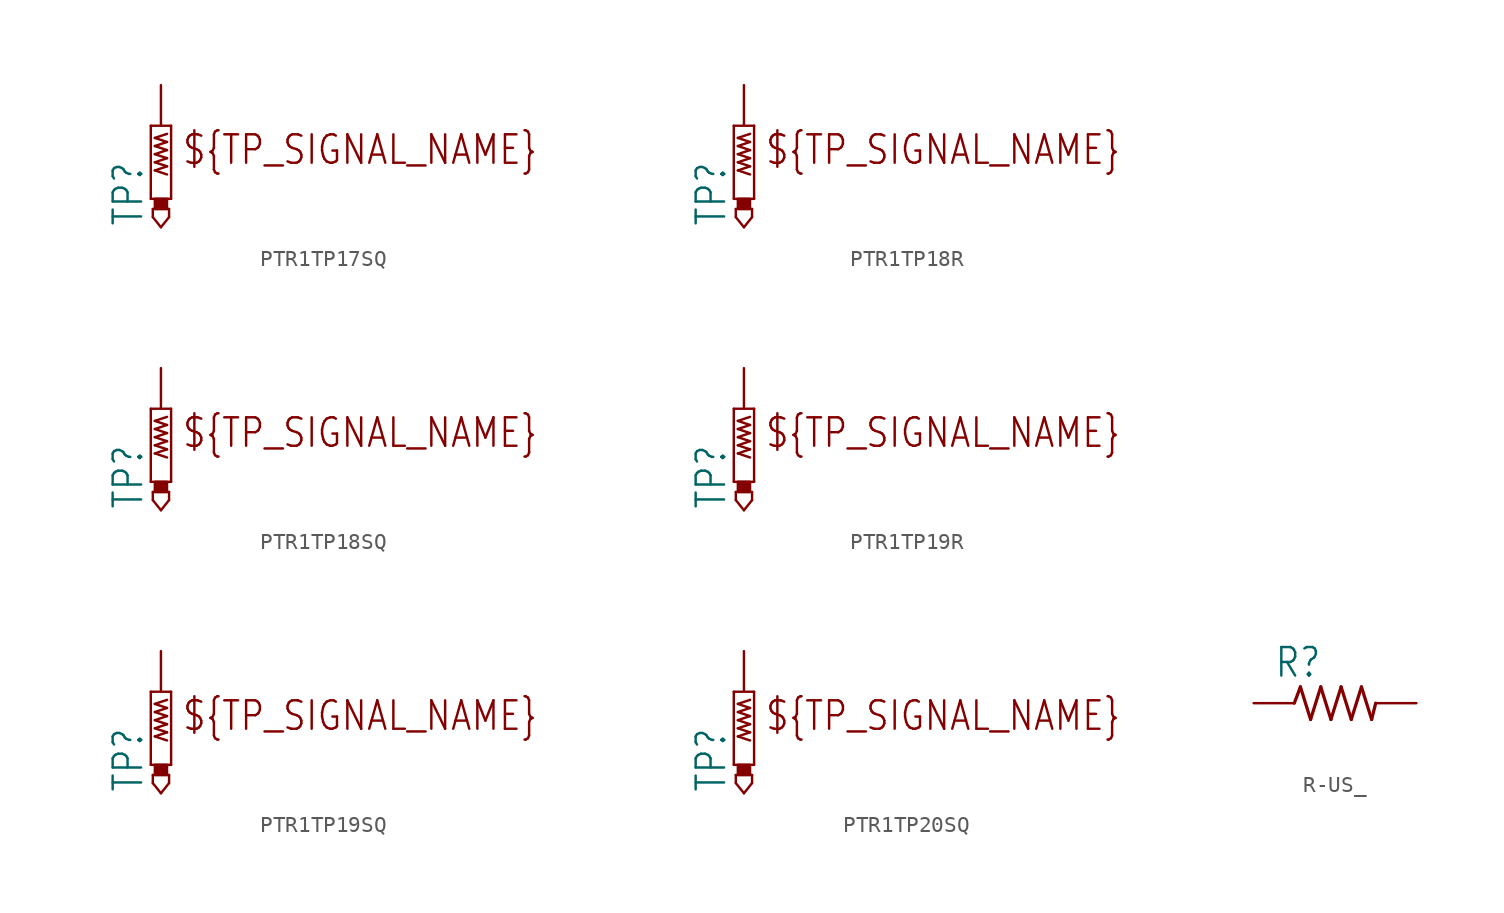
<source format=kicad_sym>
(kicad_symbol_lib
  (version 20241209)
  (generator "kicad_symbol_editor")
  (generator_version "9.0")
  (symbol "PTR1TP17SQ"
    (property "Reference" "TP"
      (at -1.016 -6.35 90)
      (effects (font (size 1.778 1.511)) (justify left bottom)))
    (property "ki_locked" ""
      (at 0 0 0)
      (effects (font (size 1.27 1.27))))
    (symbol "PTR1TP17SQ_1_0"
      (polyline (pts (xy -0.635 0) (xy -0.635 -4.572)) (stroke (width 0.152) (type solid)) (fill (type none)))
      (polyline (pts (xy -0.508 -5.207) (xy -0.508 -5.715)) (stroke (width 0.152) (type solid)) (fill (type none)))
      (polyline (pts (xy -0.508 -5.715) (xy 0 -6.35)) (stroke (width 0.152) (type solid)) (fill (type none)))
      (polyline (pts (xy -0.381 -0.762) (xy 0.381 -0.508)) (stroke (width 0.152) (type solid)) (fill (type none)))
      (polyline (pts (xy -0.381 -1.27) (xy 0.381 -1.016)) (stroke (width 0.152) (type solid)) (fill (type none)))
      (polyline (pts (xy -0.381 -1.778) (xy 0.381 -1.524)) (stroke (width 0.152) (type solid)) (fill (type none)))
      (polyline (pts (xy -0.381 -2.286) (xy 0.381 -2.032)) (stroke (width 0.152) (type solid)) (fill (type none)))
      (polyline (pts (xy -0.381 -2.794) (xy 0.381 -2.54)) (stroke (width 0.152) (type solid)) (fill (type none)))
      (rectangle (start -0.381 -5.207) (end 0.381 -4.572) (stroke (width 0) (type default)) (fill (type outline)))
      (polyline (pts (xy 0 -6.35) (xy 0.508 -5.715)) (stroke (width 0.152) (type solid)) (fill (type none)))
      (polyline (pts (xy 0.381 -1.016) (xy -0.381 -0.762)) (stroke (width 0.152) (type solid)) (fill (type none)))
      (polyline (pts (xy 0.381 -1.524) (xy -0.381 -1.27)) (stroke (width 0.152) (type solid)) (fill (type none)))
      (polyline (pts (xy 0.381 -2.032) (xy -0.381 -1.778)) (stroke (width 0.152) (type solid)) (fill (type none)))
      (polyline (pts (xy 0.381 -2.54) (xy -0.381 -2.286)) (stroke (width 0.152) (type solid)) (fill (type none)))
      (polyline (pts (xy 0.381 -3.048) (xy -0.381 -2.794)) (stroke (width 0.152) (type solid)) (fill (type none)))
      (polyline (pts (xy 0.508 -5.207) (xy -0.508 -5.207)) (stroke (width 0.152) (type solid)) (fill (type none)))
      (polyline (pts (xy 0.508 -5.715) (xy 0.508 -5.207)) (stroke (width 0.152) (type solid)) (fill (type none)))
      (polyline (pts (xy 0.635 0) (xy -0.635 0)) (stroke (width 0.152) (type solid)) (fill (type none)))
      (polyline (pts (xy 0.635 -4.572) (xy -0.635 -4.572)) (stroke (width 0.152) (type solid)) (fill (type none)))
      (polyline (pts (xy 0.635 -4.572) (xy 0.635 0)) (stroke (width 0.152) (type solid)) (fill (type none)))
      (text "${TP_SIGNAL_NAME}" (at 1.27 -2.54 0) (effects (font (size 1.778 1.511)) (justify left bottom)))
      (pin input line (at 0 2.54 270) (length 2.54) (name "TP" (effects (font (size 0 0)))) (number "TP" (effects (font (size 0 0)))))))
  (symbol "PTR1TP18R"
    (property "Reference" "TP"
      (at -1.016 -6.35 90)
      (effects (font (size 1.778 1.511)) (justify left bottom)))
    (property "ki_locked" ""
      (at 0 0 0)
      (effects (font (size 1.27 1.27))))
    (symbol "PTR1TP18R_1_0"
      (polyline (pts (xy -0.635 0) (xy -0.635 -4.572)) (stroke (width 0.152) (type solid)) (fill (type none)))
      (polyline (pts (xy -0.508 -5.207) (xy -0.508 -5.715)) (stroke (width 0.152) (type solid)) (fill (type none)))
      (polyline (pts (xy -0.508 -5.715) (xy 0 -6.35)) (stroke (width 0.152) (type solid)) (fill (type none)))
      (polyline (pts (xy -0.381 -0.762) (xy 0.381 -0.508)) (stroke (width 0.152) (type solid)) (fill (type none)))
      (polyline (pts (xy -0.381 -1.27) (xy 0.381 -1.016)) (stroke (width 0.152) (type solid)) (fill (type none)))
      (polyline (pts (xy -0.381 -1.778) (xy 0.381 -1.524)) (stroke (width 0.152) (type solid)) (fill (type none)))
      (polyline (pts (xy -0.381 -2.286) (xy 0.381 -2.032)) (stroke (width 0.152) (type solid)) (fill (type none)))
      (polyline (pts (xy -0.381 -2.794) (xy 0.381 -2.54)) (stroke (width 0.152) (type solid)) (fill (type none)))
      (rectangle (start -0.381 -5.207) (end 0.381 -4.572) (stroke (width 0) (type default)) (fill (type outline)))
      (polyline (pts (xy 0 -6.35) (xy 0.508 -5.715)) (stroke (width 0.152) (type solid)) (fill (type none)))
      (polyline (pts (xy 0.381 -1.016) (xy -0.381 -0.762)) (stroke (width 0.152) (type solid)) (fill (type none)))
      (polyline (pts (xy 0.381 -1.524) (xy -0.381 -1.27)) (stroke (width 0.152) (type solid)) (fill (type none)))
      (polyline (pts (xy 0.381 -2.032) (xy -0.381 -1.778)) (stroke (width 0.152) (type solid)) (fill (type none)))
      (polyline (pts (xy 0.381 -2.54) (xy -0.381 -2.286)) (stroke (width 0.152) (type solid)) (fill (type none)))
      (polyline (pts (xy 0.381 -3.048) (xy -0.381 -2.794)) (stroke (width 0.152) (type solid)) (fill (type none)))
      (polyline (pts (xy 0.508 -5.207) (xy -0.508 -5.207)) (stroke (width 0.152) (type solid)) (fill (type none)))
      (polyline (pts (xy 0.508 -5.715) (xy 0.508 -5.207)) (stroke (width 0.152) (type solid)) (fill (type none)))
      (polyline (pts (xy 0.635 0) (xy -0.635 0)) (stroke (width 0.152) (type solid)) (fill (type none)))
      (polyline (pts (xy 0.635 -4.572) (xy -0.635 -4.572)) (stroke (width 0.152) (type solid)) (fill (type none)))
      (polyline (pts (xy 0.635 -4.572) (xy 0.635 0)) (stroke (width 0.152) (type solid)) (fill (type none)))
      (text "${TP_SIGNAL_NAME}" (at 1.27 -2.54 0) (effects (font (size 1.778 1.511)) (justify left bottom)))
      (pin input line (at 0 2.54 270) (length 2.54) (name "TP" (effects (font (size 0 0)))) (number "TP" (effects (font (size 0 0)))))))
  (symbol "PTR1TP18SQ"
    (property "Reference" "TP"
      (at -1.016 -6.35 90)
      (effects (font (size 1.778 1.511)) (justify left bottom)))
    (property "ki_locked" ""
      (at 0 0 0)
      (effects (font (size 1.27 1.27))))
    (symbol "PTR1TP18SQ_1_0"
      (polyline (pts (xy -0.635 0) (xy -0.635 -4.572)) (stroke (width 0.152) (type solid)) (fill (type none)))
      (polyline (pts (xy -0.508 -5.207) (xy -0.508 -5.715)) (stroke (width 0.152) (type solid)) (fill (type none)))
      (polyline (pts (xy -0.508 -5.715) (xy 0 -6.35)) (stroke (width 0.152) (type solid)) (fill (type none)))
      (polyline (pts (xy -0.381 -0.762) (xy 0.381 -0.508)) (stroke (width 0.152) (type solid)) (fill (type none)))
      (polyline (pts (xy -0.381 -1.27) (xy 0.381 -1.016)) (stroke (width 0.152) (type solid)) (fill (type none)))
      (polyline (pts (xy -0.381 -1.778) (xy 0.381 -1.524)) (stroke (width 0.152) (type solid)) (fill (type none)))
      (polyline (pts (xy -0.381 -2.286) (xy 0.381 -2.032)) (stroke (width 0.152) (type solid)) (fill (type none)))
      (polyline (pts (xy -0.381 -2.794) (xy 0.381 -2.54)) (stroke (width 0.152) (type solid)) (fill (type none)))
      (rectangle (start -0.381 -5.207) (end 0.381 -4.572) (stroke (width 0) (type default)) (fill (type outline)))
      (polyline (pts (xy 0 -6.35) (xy 0.508 -5.715)) (stroke (width 0.152) (type solid)) (fill (type none)))
      (polyline (pts (xy 0.381 -1.016) (xy -0.381 -0.762)) (stroke (width 0.152) (type solid)) (fill (type none)))
      (polyline (pts (xy 0.381 -1.524) (xy -0.381 -1.27)) (stroke (width 0.152) (type solid)) (fill (type none)))
      (polyline (pts (xy 0.381 -2.032) (xy -0.381 -1.778)) (stroke (width 0.152) (type solid)) (fill (type none)))
      (polyline (pts (xy 0.381 -2.54) (xy -0.381 -2.286)) (stroke (width 0.152) (type solid)) (fill (type none)))
      (polyline (pts (xy 0.381 -3.048) (xy -0.381 -2.794)) (stroke (width 0.152) (type solid)) (fill (type none)))
      (polyline (pts (xy 0.508 -5.207) (xy -0.508 -5.207)) (stroke (width 0.152) (type solid)) (fill (type none)))
      (polyline (pts (xy 0.508 -5.715) (xy 0.508 -5.207)) (stroke (width 0.152) (type solid)) (fill (type none)))
      (polyline (pts (xy 0.635 0) (xy -0.635 0)) (stroke (width 0.152) (type solid)) (fill (type none)))
      (polyline (pts (xy 0.635 -4.572) (xy -0.635 -4.572)) (stroke (width 0.152) (type solid)) (fill (type none)))
      (polyline (pts (xy 0.635 -4.572) (xy 0.635 0)) (stroke (width 0.152) (type solid)) (fill (type none)))
      (text "${TP_SIGNAL_NAME}" (at 1.27 -2.54 0) (effects (font (size 1.778 1.511)) (justify left bottom)))
      (pin input line (at 0 2.54 270) (length 2.54) (name "TP" (effects (font (size 0 0)))) (number "TP" (effects (font (size 0 0)))))))
  (symbol "PTR1TP19R"
    (property "Reference" "TP"
      (at -1.016 -6.35 90)
      (effects (font (size 1.778 1.511)) (justify left bottom)))
    (property "ki_locked" ""
      (at 0 0 0)
      (effects (font (size 1.27 1.27))))
    (symbol "PTR1TP19R_1_0"
      (polyline (pts (xy -0.635 0) (xy -0.635 -4.572)) (stroke (width 0.152) (type solid)) (fill (type none)))
      (polyline (pts (xy -0.508 -5.207) (xy -0.508 -5.715)) (stroke (width 0.152) (type solid)) (fill (type none)))
      (polyline (pts (xy -0.508 -5.715) (xy 0 -6.35)) (stroke (width 0.152) (type solid)) (fill (type none)))
      (polyline (pts (xy -0.381 -0.762) (xy 0.381 -0.508)) (stroke (width 0.152) (type solid)) (fill (type none)))
      (polyline (pts (xy -0.381 -1.27) (xy 0.381 -1.016)) (stroke (width 0.152) (type solid)) (fill (type none)))
      (polyline (pts (xy -0.381 -1.778) (xy 0.381 -1.524)) (stroke (width 0.152) (type solid)) (fill (type none)))
      (polyline (pts (xy -0.381 -2.286) (xy 0.381 -2.032)) (stroke (width 0.152) (type solid)) (fill (type none)))
      (polyline (pts (xy -0.381 -2.794) (xy 0.381 -2.54)) (stroke (width 0.152) (type solid)) (fill (type none)))
      (rectangle (start -0.381 -5.207) (end 0.381 -4.572) (stroke (width 0) (type default)) (fill (type outline)))
      (polyline (pts (xy 0 -6.35) (xy 0.508 -5.715)) (stroke (width 0.152) (type solid)) (fill (type none)))
      (polyline (pts (xy 0.381 -1.016) (xy -0.381 -0.762)) (stroke (width 0.152) (type solid)) (fill (type none)))
      (polyline (pts (xy 0.381 -1.524) (xy -0.381 -1.27)) (stroke (width 0.152) (type solid)) (fill (type none)))
      (polyline (pts (xy 0.381 -2.032) (xy -0.381 -1.778)) (stroke (width 0.152) (type solid)) (fill (type none)))
      (polyline (pts (xy 0.381 -2.54) (xy -0.381 -2.286)) (stroke (width 0.152) (type solid)) (fill (type none)))
      (polyline (pts (xy 0.381 -3.048) (xy -0.381 -2.794)) (stroke (width 0.152) (type solid)) (fill (type none)))
      (polyline (pts (xy 0.508 -5.207) (xy -0.508 -5.207)) (stroke (width 0.152) (type solid)) (fill (type none)))
      (polyline (pts (xy 0.508 -5.715) (xy 0.508 -5.207)) (stroke (width 0.152) (type solid)) (fill (type none)))
      (polyline (pts (xy 0.635 0) (xy -0.635 0)) (stroke (width 0.152) (type solid)) (fill (type none)))
      (polyline (pts (xy 0.635 -4.572) (xy -0.635 -4.572)) (stroke (width 0.152) (type solid)) (fill (type none)))
      (polyline (pts (xy 0.635 -4.572) (xy 0.635 0)) (stroke (width 0.152) (type solid)) (fill (type none)))
      (text "${TP_SIGNAL_NAME}" (at 1.27 -2.54 0) (effects (font (size 1.778 1.511)) (justify left bottom)))
      (pin input line (at 0 2.54 270) (length 2.54) (name "TP" (effects (font (size 0 0)))) (number "TP" (effects (font (size 0 0)))))))
  (symbol "PTR1TP19SQ"
    (property "Reference" "TP"
      (at -1.016 -6.35 90)
      (effects (font (size 1.778 1.511)) (justify left bottom)))
    (property "ki_locked" ""
      (at 0 0 0)
      (effects (font (size 1.27 1.27))))
    (symbol "PTR1TP19SQ_1_0"
      (polyline (pts (xy -0.635 0) (xy -0.635 -4.572)) (stroke (width 0.152) (type solid)) (fill (type none)))
      (polyline (pts (xy -0.508 -5.207) (xy -0.508 -5.715)) (stroke (width 0.152) (type solid)) (fill (type none)))
      (polyline (pts (xy -0.508 -5.715) (xy 0 -6.35)) (stroke (width 0.152) (type solid)) (fill (type none)))
      (polyline (pts (xy -0.381 -0.762) (xy 0.381 -0.508)) (stroke (width 0.152) (type solid)) (fill (type none)))
      (polyline (pts (xy -0.381 -1.27) (xy 0.381 -1.016)) (stroke (width 0.152) (type solid)) (fill (type none)))
      (polyline (pts (xy -0.381 -1.778) (xy 0.381 -1.524)) (stroke (width 0.152) (type solid)) (fill (type none)))
      (polyline (pts (xy -0.381 -2.286) (xy 0.381 -2.032)) (stroke (width 0.152) (type solid)) (fill (type none)))
      (polyline (pts (xy -0.381 -2.794) (xy 0.381 -2.54)) (stroke (width 0.152) (type solid)) (fill (type none)))
      (rectangle (start -0.381 -5.207) (end 0.381 -4.572) (stroke (width 0) (type default)) (fill (type outline)))
      (polyline (pts (xy 0 -6.35) (xy 0.508 -5.715)) (stroke (width 0.152) (type solid)) (fill (type none)))
      (polyline (pts (xy 0.381 -1.016) (xy -0.381 -0.762)) (stroke (width 0.152) (type solid)) (fill (type none)))
      (polyline (pts (xy 0.381 -1.524) (xy -0.381 -1.27)) (stroke (width 0.152) (type solid)) (fill (type none)))
      (polyline (pts (xy 0.381 -2.032) (xy -0.381 -1.778)) (stroke (width 0.152) (type solid)) (fill (type none)))
      (polyline (pts (xy 0.381 -2.54) (xy -0.381 -2.286)) (stroke (width 0.152) (type solid)) (fill (type none)))
      (polyline (pts (xy 0.381 -3.048) (xy -0.381 -2.794)) (stroke (width 0.152) (type solid)) (fill (type none)))
      (polyline (pts (xy 0.508 -5.207) (xy -0.508 -5.207)) (stroke (width 0.152) (type solid)) (fill (type none)))
      (polyline (pts (xy 0.508 -5.715) (xy 0.508 -5.207)) (stroke (width 0.152) (type solid)) (fill (type none)))
      (polyline (pts (xy 0.635 0) (xy -0.635 0)) (stroke (width 0.152) (type solid)) (fill (type none)))
      (polyline (pts (xy 0.635 -4.572) (xy -0.635 -4.572)) (stroke (width 0.152) (type solid)) (fill (type none)))
      (polyline (pts (xy 0.635 -4.572) (xy 0.635 0)) (stroke (width 0.152) (type solid)) (fill (type none)))
      (text "${TP_SIGNAL_NAME}" (at 1.27 -2.54 0) (effects (font (size 1.778 1.511)) (justify left bottom)))
      (pin input line (at 0 2.54 270) (length 2.54) (name "TP" (effects (font (size 0 0)))) (number "TP" (effects (font (size 0 0)))))))
  (symbol "PTR1TP20SQ"
    (property "Reference" "TP"
      (at -1.016 -6.35 90)
      (effects (font (size 1.778 1.511)) (justify left bottom)))
    (property "ki_locked" ""
      (at 0 0 0)
      (effects (font (size 1.27 1.27))))
    (symbol "PTR1TP20SQ_1_0"
      (polyline (pts (xy -0.635 0) (xy -0.635 -4.572)) (stroke (width 0.152) (type solid)) (fill (type none)))
      (polyline (pts (xy -0.508 -5.207) (xy -0.508 -5.715)) (stroke (width 0.152) (type solid)) (fill (type none)))
      (polyline (pts (xy -0.508 -5.715) (xy 0 -6.35)) (stroke (width 0.152) (type solid)) (fill (type none)))
      (polyline (pts (xy -0.381 -0.762) (xy 0.381 -0.508)) (stroke (width 0.152) (type solid)) (fill (type none)))
      (polyline (pts (xy -0.381 -1.27) (xy 0.381 -1.016)) (stroke (width 0.152) (type solid)) (fill (type none)))
      (polyline (pts (xy -0.381 -1.778) (xy 0.381 -1.524)) (stroke (width 0.152) (type solid)) (fill (type none)))
      (polyline (pts (xy -0.381 -2.286) (xy 0.381 -2.032)) (stroke (width 0.152) (type solid)) (fill (type none)))
      (polyline (pts (xy -0.381 -2.794) (xy 0.381 -2.54)) (stroke (width 0.152) (type solid)) (fill (type none)))
      (rectangle (start -0.381 -5.207) (end 0.381 -4.572) (stroke (width 0) (type default)) (fill (type outline)))
      (polyline (pts (xy 0 -6.35) (xy 0.508 -5.715)) (stroke (width 0.152) (type solid)) (fill (type none)))
      (polyline (pts (xy 0.381 -1.016) (xy -0.381 -0.762)) (stroke (width 0.152) (type solid)) (fill (type none)))
      (polyline (pts (xy 0.381 -1.524) (xy -0.381 -1.27)) (stroke (width 0.152) (type solid)) (fill (type none)))
      (polyline (pts (xy 0.381 -2.032) (xy -0.381 -1.778)) (stroke (width 0.152) (type solid)) (fill (type none)))
      (polyline (pts (xy 0.381 -2.54) (xy -0.381 -2.286)) (stroke (width 0.152) (type solid)) (fill (type none)))
      (polyline (pts (xy 0.381 -3.048) (xy -0.381 -2.794)) (stroke (width 0.152) (type solid)) (fill (type none)))
      (polyline (pts (xy 0.508 -5.207) (xy -0.508 -5.207)) (stroke (width 0.152) (type solid)) (fill (type none)))
      (polyline (pts (xy 0.508 -5.715) (xy 0.508 -5.207)) (stroke (width 0.152) (type solid)) (fill (type none)))
      (polyline (pts (xy 0.635 0) (xy -0.635 0)) (stroke (width 0.152) (type solid)) (fill (type none)))
      (polyline (pts (xy 0.635 -4.572) (xy -0.635 -4.572)) (stroke (width 0.152) (type solid)) (fill (type none)))
      (polyline (pts (xy 0.635 -4.572) (xy 0.635 0)) (stroke (width 0.152) (type solid)) (fill (type none)))
      (text "${TP_SIGNAL_NAME}" (at 1.27 -2.54 0) (effects (font (size 1.778 1.511)) (justify left bottom)))
      (pin input line (at 0 2.54 270) (length 2.54) (name "TP" (effects (font (size 0 0)))) (number "TP" (effects (font (size 0 0)))))))
  (symbol "R-US_"
    (property "Reference" "R"
      (at -3.81 1.499 0)
      (effects (font (size 1.778 1.511)) (justify left bottom)))
    (property "Value" ""
      (at -3.81 -3.302 0)
      (effects (font (size 1.778 1.511)) (justify left bottom)))
    (property "ki_locked" ""
      (at 0 0 0)
      (effects (font (size 1.27 1.27))))
    (symbol "R-US__1_0"
      (polyline (pts (xy -2.54 0) (xy -2.159 1.016)) (stroke (width 0.203) (type solid)) (fill (type none)))
      (polyline (pts (xy -2.159 1.016) (xy -1.524 -1.016)) (stroke (width 0.203) (type solid)) (fill (type none)))
      (polyline (pts (xy -1.524 -1.016) (xy -0.889 1.016)) (stroke (width 0.203) (type solid)) (fill (type none)))
      (polyline (pts (xy -0.889 1.016) (xy -0.254 -1.016)) (stroke (width 0.203) (type solid)) (fill (type none)))
      (polyline (pts (xy -0.254 -1.016) (xy 0.381 1.016)) (stroke (width 0.203) (type solid)) (fill (type none)))
      (polyline (pts (xy 0.381 1.016) (xy 1.016 -1.016)) (stroke (width 0.203) (type solid)) (fill (type none)))
      (polyline (pts (xy 1.016 -1.016) (xy 1.651 1.016)) (stroke (width 0.203) (type solid)) (fill (type none)))
      (polyline (pts (xy 1.651 1.016) (xy 2.286 -1.016)) (stroke (width 0.203) (type solid)) (fill (type none)))
      (polyline (pts (xy 2.286 -1.016) (xy 2.54 0)) (stroke (width 0.203) (type solid)) (fill (type none)))
      (pin passive line (at -5.08 0 0) (length 2.54) (name "1" (effects (font (size 0 0)))) (number "1" (effects (font (size 0 0)))))
      (pin passive line (at 5.08 0 180) (length 2.54) (name "2" (effects (font (size 0 0)))) (number "2" (effects (font (size 0 0))))))))
</source>
